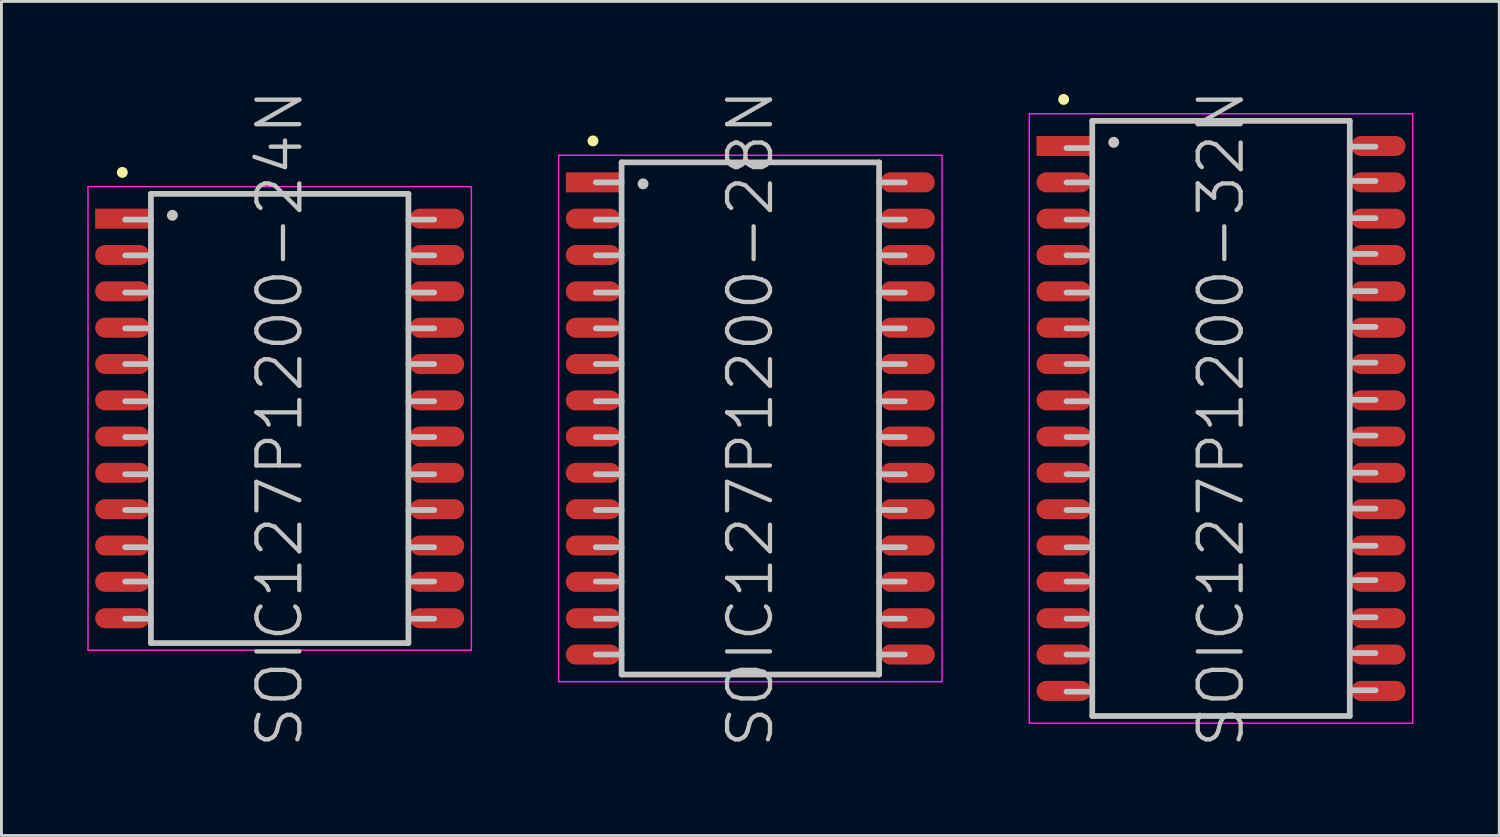
<source format=kicad_pcb>
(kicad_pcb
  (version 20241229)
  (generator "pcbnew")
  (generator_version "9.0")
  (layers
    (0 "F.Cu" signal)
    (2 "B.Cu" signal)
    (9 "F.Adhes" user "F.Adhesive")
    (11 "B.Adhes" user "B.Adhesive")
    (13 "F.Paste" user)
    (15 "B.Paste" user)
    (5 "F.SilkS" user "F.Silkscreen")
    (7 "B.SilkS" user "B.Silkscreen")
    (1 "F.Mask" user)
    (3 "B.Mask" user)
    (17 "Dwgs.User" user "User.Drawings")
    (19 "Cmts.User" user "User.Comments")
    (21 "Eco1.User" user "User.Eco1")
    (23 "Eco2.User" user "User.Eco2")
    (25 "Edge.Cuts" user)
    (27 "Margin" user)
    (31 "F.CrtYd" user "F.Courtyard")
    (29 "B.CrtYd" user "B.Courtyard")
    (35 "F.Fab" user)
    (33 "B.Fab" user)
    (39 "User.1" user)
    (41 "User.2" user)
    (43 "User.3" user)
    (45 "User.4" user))
  (footprint "SOIC127P1200-28N"
    (layer "F.Cu")
    (at 23.175 11.575)
    (property "Reference" "SOIC127P1200-28N" (at 0 0 90) (layer "Dwgs.User") (effects (font (size 1.5 1.5) (thickness 0.15))))
    (attr smd)
    (fp_line (start -5.5 -9.7) (end -5.5 -9.7) (stroke (width 0.381) (type solid)) (layer "F.SilkS"))
    (fp_line (start -4.5 -8.95) (end -4.5 8.95) (stroke (width 0.2) (type solid)) (layer "Dwgs.User"))
    (fp_line (start -4.5 -8.95) (end 4.5 -8.95) (stroke (width 0.2) (type solid)) (layer "Dwgs.User"))
    (fp_line (start -4.5 -8.25) (end -5.4 -8.25) (stroke (width 0.2) (type solid)) (layer "Dwgs.User"))
    (fp_line (start -4.5 -6.95) (end -5.4 -6.95) (stroke (width 0.2) (type solid)) (layer "Dwgs.User"))
    (fp_line (start -4.5 -5.7) (end -5.4 -5.7) (stroke (width 0.2) (type solid)) (layer "Dwgs.User"))
    (fp_line (start -4.5 -4.4) (end -5.4 -4.4) (stroke (width 0.2) (type solid)) (layer "Dwgs.User"))
    (fp_line (start -4.5 -3.15) (end -5.4 -3.15) (stroke (width 0.2) (type solid)) (layer "Dwgs.User"))
    (fp_line (start -4.5 -1.9) (end -5.4 -1.9) (stroke (width 0.2) (type solid)) (layer "Dwgs.User"))
    (fp_line (start -4.5 -0.6) (end -5.4 -0.6) (stroke (width 0.2) (type solid)) (layer "Dwgs.User"))
    (fp_line (start -4.5 0.65) (end -5.4 0.65) (stroke (width 0.2) (type solid)) (layer "Dwgs.User"))
    (fp_line (start -4.5 1.95) (end -5.4 1.95) (stroke (width 0.2) (type solid)) (layer "Dwgs.User"))
    (fp_line (start -4.5 3.2) (end -5.4 3.2) (stroke (width 0.2) (type solid)) (layer "Dwgs.User"))
    (fp_line (start -4.5 4.5) (end -5.4 4.5) (stroke (width 0.2) (type solid)) (layer "Dwgs.User"))
    (fp_line (start -4.5 5.7) (end -5.4 5.7) (stroke (width 0.2) (type solid)) (layer "Dwgs.User"))
    (fp_line (start -4.5 7) (end -5.4 7) (stroke (width 0.2) (type solid)) (layer "Dwgs.User"))
    (fp_line (start -4.5 8.25) (end -5.4 8.25) (stroke (width 0.2) (type solid)) (layer "Dwgs.User"))
    (fp_line (start -4.5 8.95) (end 4.5 8.95) (stroke (width 0.2) (type solid)) (layer "Dwgs.User"))
    (fp_line (start -3.75 -8.2) (end -3.75 -8.2) (stroke (width 0.381) (type solid)) (layer "Dwgs.User"))
    (fp_line (start 4.5 -8.95) (end 4.5 8.95) (stroke (width 0.2) (type solid)) (layer "Dwgs.User"))
    (fp_line (start 5.4 -8.25) (end 4.5 -8.25) (stroke (width 0.2) (type solid)) (layer "Dwgs.User"))
    (fp_line (start 5.4 -6.95) (end 4.5 -6.95) (stroke (width 0.2) (type solid)) (layer "Dwgs.User"))
    (fp_line (start 5.4 -5.7) (end 4.5 -5.7) (stroke (width 0.2) (type solid)) (layer "Dwgs.User"))
    (fp_line (start 5.4 -4.4) (end 4.5 -4.4) (stroke (width 0.2) (type solid)) (layer "Dwgs.User"))
    (fp_line (start 5.4 -3.15) (end 4.5 -3.15) (stroke (width 0.2) (type solid)) (layer "Dwgs.User"))
    (fp_line (start 5.4 -1.9) (end 4.5 -1.9) (stroke (width 0.2) (type solid)) (layer "Dwgs.User"))
    (fp_line (start 5.4 -0.6) (end 4.5 -0.6) (stroke (width 0.2) (type solid)) (layer "Dwgs.User"))
    (fp_line (start 5.4 0.65) (end 4.5 0.65) (stroke (width 0.2) (type solid)) (layer "Dwgs.User"))
    (fp_line (start 5.4 1.95) (end 4.5 1.95) (stroke (width 0.2) (type solid)) (layer "Dwgs.User"))
    (fp_line (start 5.4 3.2) (end 4.5 3.2) (stroke (width 0.2) (type solid)) (layer "Dwgs.User"))
    (fp_line (start 5.4 4.5) (end 4.5 4.5) (stroke (width 0.2) (type solid)) (layer "Dwgs.User"))
    (fp_line (start 5.4 5.7) (end 4.5 5.7) (stroke (width 0.2) (type solid)) (layer "Dwgs.User"))
    (fp_line (start 5.4 7) (end 4.5 7) (stroke (width 0.2) (type solid)) (layer "Dwgs.User"))
    (fp_line (start 5.4 8.25) (end 4.5 8.25) (stroke (width 0.2) (type solid)) (layer "Dwgs.User"))
    (fp_line (start -6.7 -9.2) (end -6.7 9.2) (stroke (width 0.05) (type solid)) (layer "F.CrtYd"))
    (fp_line (start -6.7 -9.2) (end 6.7 -9.2) (stroke (width 0.05) (type solid)) (layer "F.CrtYd"))
    (fp_line (start -6.7 9.2) (end 6.7 9.2) (stroke (width 0.05) (type solid)) (layer "F.CrtYd"))
    (fp_line (start 6.7 -9.2) (end 6.7 9.2) (stroke (width 0.05) (type solid)) (layer "F.CrtYd"))
    (pad "1" smd rect (at -5.499 -8.252 90) (size 0.7 1.9) (layers "F.Cu" "F.Mask" "F.Paste"))
    (pad "2" smd oval (at -5.499 -6.982 90) (size 0.7 1.9) (layers "F.Cu" "F.Mask" "F.Paste"))
    (pad "3" smd oval (at -5.499 -5.712 90) (size 0.7 1.9) (layers "F.Cu" "F.Mask" "F.Paste"))
    (pad "4" smd oval (at -5.499 -4.442 90) (size 0.7 1.9) (layers "F.Cu" "F.Mask" "F.Paste"))
    (pad "5" smd oval (at -5.499 -3.172 90) (size 0.7 1.9) (layers "F.Cu" "F.Mask" "F.Paste"))
    (pad "6" smd oval (at -5.499 -1.902 90) (size 0.7 1.9) (layers "F.Cu" "F.Mask" "F.Paste"))
    (pad "7" smd oval (at -5.499 -0.632 90) (size 0.7 1.9) (layers "F.Cu" "F.Mask" "F.Paste"))
    (pad "8" smd oval (at -5.499 0.632 90) (size 0.7 1.9) (layers "F.Cu" "F.Mask" "F.Paste"))
    (pad "9" smd oval (at -5.499 1.902 90) (size 0.7 1.9) (layers "F.Cu" "F.Mask" "F.Paste"))
    (pad "10" smd oval (at -5.499 3.172 90) (size 0.7 1.9) (layers "F.Cu" "F.Mask" "F.Paste"))
    (pad "11" smd oval (at -5.499 4.442 90) (size 0.7 1.9) (layers "F.Cu" "F.Mask" "F.Paste"))
    (pad "12" smd oval (at -5.499 5.712 90) (size 0.7 1.9) (layers "F.Cu" "F.Mask" "F.Paste"))
    (pad "13" smd oval (at -5.499 6.982 90) (size 0.7 1.9) (layers "F.Cu" "F.Mask" "F.Paste"))
    (pad "14" smd oval (at -5.499 8.252 90) (size 0.7 1.9) (layers "F.Cu" "F.Mask" "F.Paste"))
    (pad "15" smd oval (at 5.499 8.252 270) (size 0.7 1.9) (layers "F.Cu" "F.Mask" "F.Paste"))
    (pad "16" smd oval (at 5.499 6.982 270) (size 0.7 1.9) (layers "F.Cu" "F.Mask" "F.Paste"))
    (pad "17" smd oval (at 5.499 5.712 270) (size 0.7 1.9) (layers "F.Cu" "F.Mask" "F.Paste"))
    (pad "18" smd oval (at 5.499 4.442 270) (size 0.7 1.9) (layers "F.Cu" "F.Mask" "F.Paste"))
    (pad "19" smd oval (at 5.499 3.172 270) (size 0.7 1.9) (layers "F.Cu" "F.Mask" "F.Paste"))
    (pad "20" smd oval (at 5.499 1.902 270) (size 0.7 1.9) (layers "F.Cu" "F.Mask" "F.Paste"))
    (pad "21" smd oval (at 5.499 0.632 270) (size 0.7 1.9) (layers "F.Cu" "F.Mask" "F.Paste"))
    (pad "22" smd oval (at 5.499 -0.632 270) (size 0.7 1.9) (layers "F.Cu" "F.Mask" "F.Paste"))
    (pad "23" smd oval (at 5.499 -1.902 270) (size 0.7 1.9) (layers "F.Cu" "F.Mask" "F.Paste"))
    (pad "24" smd oval (at 5.499 -3.172 270) (size 0.7 1.9) (layers "F.Cu" "F.Mask" "F.Paste"))
    (pad "25" smd oval (at 5.499 -4.442 270) (size 0.7 1.9) (layers "F.Cu" "F.Mask" "F.Paste"))
    (pad "26" smd oval (at 5.499 -5.712 270) (size 0.7 1.9) (layers "F.Cu" "F.Mask" "F.Paste"))
    (pad "27" smd oval (at 5.499 -6.982 270) (size 0.7 1.9) (layers "F.Cu" "F.Mask" "F.Paste"))
    (pad "28" smd oval (at 5.499 -8.252 270) (size 0.7 1.9) (layers "F.Cu" "F.Mask" "F.Paste")))
  (footprint "SOIC127P1200-32N"
    (layer "F.Cu")
    (at 39.625 11.575)
    (property "Reference" "SOIC127P1200-32N" (at 0 0 90) (layer "Dwgs.User") (effects (font (size 1.5 1.5) (thickness 0.15))))
    (attr smd)
    (fp_line (start -5.5 -11.15) (end -5.5 -11.15) (stroke (width 0.381) (type solid)) (layer "F.SilkS"))
    (fp_line (start -4.5 -10.4) (end -4.5 10.4) (stroke (width 0.2) (type solid)) (layer "Dwgs.User"))
    (fp_line (start -4.5 -10.4) (end 4.5 -10.4) (stroke (width 0.2) (type solid)) (layer "Dwgs.User"))
    (fp_line (start -4.5 -9.45) (end -5.4 -9.45) (stroke (width 0.2) (type solid)) (layer "Dwgs.User"))
    (fp_line (start -4.5 -8.25) (end -5.4 -8.25) (stroke (width 0.2) (type solid)) (layer "Dwgs.User"))
    (fp_line (start -4.5 -6.95) (end -5.4 -6.95) (stroke (width 0.2) (type solid)) (layer "Dwgs.User"))
    (fp_line (start -4.5 -5.7) (end -5.4 -5.7) (stroke (width 0.2) (type solid)) (layer "Dwgs.User"))
    (fp_line (start -4.5 -4.4) (end -5.4 -4.4) (stroke (width 0.2) (type solid)) (layer "Dwgs.User"))
    (fp_line (start -4.5 -3.15) (end -5.4 -3.15) (stroke (width 0.2) (type solid)) (layer "Dwgs.User"))
    (fp_line (start -4.5 -1.9) (end -5.4 -1.9) (stroke (width 0.2) (type solid)) (layer "Dwgs.User"))
    (fp_line (start -4.5 -0.6) (end -5.4 -0.6) (stroke (width 0.2) (type solid)) (layer "Dwgs.User"))
    (fp_line (start -4.5 0.65) (end -5.4 0.65) (stroke (width 0.2) (type solid)) (layer "Dwgs.User"))
    (fp_line (start -4.5 1.95) (end -5.4 1.95) (stroke (width 0.2) (type solid)) (layer "Dwgs.User"))
    (fp_line (start -4.5 3.2) (end -5.4 3.2) (stroke (width 0.2) (type solid)) (layer "Dwgs.User"))
    (fp_line (start -4.5 4.5) (end -5.4 4.5) (stroke (width 0.2) (type solid)) (layer "Dwgs.User"))
    (fp_line (start -4.5 5.7) (end -5.4 5.7) (stroke (width 0.2) (type solid)) (layer "Dwgs.User"))
    (fp_line (start -4.5 7) (end -5.4 7) (stroke (width 0.2) (type solid)) (layer "Dwgs.User"))
    (fp_line (start -4.5 8.25) (end -5.4 8.25) (stroke (width 0.2) (type solid)) (layer "Dwgs.User"))
    (fp_line (start -4.5 9.55) (end -5.4 9.55) (stroke (width 0.2) (type solid)) (layer "Dwgs.User"))
    (fp_line (start -4.5 10.4) (end 4.5 10.4) (stroke (width 0.2) (type solid)) (layer "Dwgs.User"))
    (fp_line (start -3.75 -9.65) (end -3.75 -9.65) (stroke (width 0.381) (type solid)) (layer "Dwgs.User"))
    (fp_line (start 4.5 -10.4) (end 4.5 10.4) (stroke (width 0.2) (type solid)) (layer "Dwgs.User"))
    (fp_line (start 5.4 -9.5) (end 4.5 -9.5) (stroke (width 0.2) (type solid)) (layer "Dwgs.User"))
    (fp_line (start 5.4 -8.3) (end 4.5 -8.3) (stroke (width 0.2) (type solid)) (layer "Dwgs.User"))
    (fp_line (start 5.4 -7) (end 4.5 -7) (stroke (width 0.2) (type solid)) (layer "Dwgs.User"))
    (fp_line (start 5.4 -5.75) (end 4.5 -5.75) (stroke (width 0.2) (type solid)) (layer "Dwgs.User"))
    (fp_line (start 5.4 -4.45) (end 4.5 -4.45) (stroke (width 0.2) (type solid)) (layer "Dwgs.User"))
    (fp_line (start 5.4 -3.2) (end 4.5 -3.2) (stroke (width 0.2) (type solid)) (layer "Dwgs.User"))
    (fp_line (start 5.4 -1.95) (end 4.5 -1.95) (stroke (width 0.2) (type solid)) (layer "Dwgs.User"))
    (fp_line (start 5.4 -0.65) (end 4.5 -0.65) (stroke (width 0.2) (type solid)) (layer "Dwgs.User"))
    (fp_line (start 5.4 0.6) (end 4.5 0.6) (stroke (width 0.2) (type solid)) (layer "Dwgs.User"))
    (fp_line (start 5.4 1.9) (end 4.5 1.9) (stroke (width 0.2) (type solid)) (layer "Dwgs.User"))
    (fp_line (start 5.4 3.15) (end 4.5 3.15) (stroke (width 0.2) (type solid)) (layer "Dwgs.User"))
    (fp_line (start 5.4 4.45) (end 4.5 4.45) (stroke (width 0.2) (type solid)) (layer "Dwgs.User"))
    (fp_line (start 5.4 5.65) (end 4.5 5.65) (stroke (width 0.2) (type solid)) (layer "Dwgs.User"))
    (fp_line (start 5.4 6.95) (end 4.5 6.95) (stroke (width 0.2) (type solid)) (layer "Dwgs.User"))
    (fp_line (start 5.4 8.2) (end 4.5 8.2) (stroke (width 0.2) (type solid)) (layer "Dwgs.User"))
    (fp_line (start 5.4 9.5) (end 4.5 9.5) (stroke (width 0.2) (type solid)) (layer "Dwgs.User"))
    (fp_line (start -6.7 -10.65) (end -6.7 10.65) (stroke (width 0.05) (type solid)) (layer "F.CrtYd"))
    (fp_line (start -6.7 -10.65) (end 6.7 -10.65) (stroke (width 0.05) (type solid)) (layer "F.CrtYd"))
    (fp_line (start -6.7 10.65) (end 6.7 10.65) (stroke (width 0.05) (type solid)) (layer "F.CrtYd"))
    (fp_line (start 6.7 -10.65) (end 6.7 10.65) (stroke (width 0.05) (type solid)) (layer "F.CrtYd"))
    (pad "1" smd rect (at -5.499 -9.522 90) (size 0.7 1.9) (layers "F.Cu" "F.Mask" "F.Paste"))
    (pad "2" smd oval (at -5.499 -8.252 90) (size 0.7 1.9) (layers "F.Cu" "F.Mask" "F.Paste"))
    (pad "3" smd oval (at -5.499 -6.982 90) (size 0.7 1.9) (layers "F.Cu" "F.Mask" "F.Paste"))
    (pad "4" smd oval (at -5.499 -5.712 90) (size 0.7 1.9) (layers "F.Cu" "F.Mask" "F.Paste"))
    (pad "5" smd oval (at -5.499 -4.442 90) (size 0.7 1.9) (layers "F.Cu" "F.Mask" "F.Paste"))
    (pad "6" smd oval (at -5.499 -3.172 90) (size 0.7 1.9) (layers "F.Cu" "F.Mask" "F.Paste"))
    (pad "7" smd oval (at -5.499 -1.902 90) (size 0.7 1.9) (layers "F.Cu" "F.Mask" "F.Paste"))
    (pad "8" smd oval (at -5.499 -0.632 90) (size 0.7 1.9) (layers "F.Cu" "F.Mask" "F.Paste"))
    (pad "9" smd oval (at -5.499 0.632 90) (size 0.7 1.9) (layers "F.Cu" "F.Mask" "F.Paste"))
    (pad "10" smd oval (at -5.499 1.902 90) (size 0.7 1.9) (layers "F.Cu" "F.Mask" "F.Paste"))
    (pad "11" smd oval (at -5.499 3.172 90) (size 0.7 1.9) (layers "F.Cu" "F.Mask" "F.Paste"))
    (pad "12" smd oval (at -5.499 4.442 90) (size 0.7 1.9) (layers "F.Cu" "F.Mask" "F.Paste"))
    (pad "13" smd oval (at -5.499 5.712 90) (size 0.7 1.9) (layers "F.Cu" "F.Mask" "F.Paste"))
    (pad "14" smd oval (at -5.499 6.982 90) (size 0.7 1.9) (layers "F.Cu" "F.Mask" "F.Paste"))
    (pad "15" smd oval (at -5.499 8.252 90) (size 0.7 1.9) (layers "F.Cu" "F.Mask" "F.Paste"))
    (pad "16" smd oval (at -5.499 9.522 90) (size 0.7 1.9) (layers "F.Cu" "F.Mask" "F.Paste"))
    (pad "17" smd oval (at 5.499 9.522 270) (size 0.7 1.9) (layers "F.Cu" "F.Mask" "F.Paste"))
    (pad "18" smd oval (at 5.499 8.252 270) (size 0.7 1.9) (layers "F.Cu" "F.Mask" "F.Paste"))
    (pad "19" smd oval (at 5.499 6.982 270) (size 0.7 1.9) (layers "F.Cu" "F.Mask" "F.Paste"))
    (pad "20" smd oval (at 5.499 5.712 270) (size 0.7 1.9) (layers "F.Cu" "F.Mask" "F.Paste"))
    (pad "21" smd oval (at 5.499 4.442 270) (size 0.7 1.9) (layers "F.Cu" "F.Mask" "F.Paste"))
    (pad "22" smd oval (at 5.499 3.172 270) (size 0.7 1.9) (layers "F.Cu" "F.Mask" "F.Paste"))
    (pad "23" smd oval (at 5.499 1.902 270) (size 0.7 1.9) (layers "F.Cu" "F.Mask" "F.Paste"))
    (pad "24" smd oval (at 5.499 0.632 270) (size 0.7 1.9) (layers "F.Cu" "F.Mask" "F.Paste"))
    (pad "25" smd oval (at 5.499 -0.632 270) (size 0.7 1.9) (layers "F.Cu" "F.Mask" "F.Paste"))
    (pad "26" smd oval (at 5.499 -1.902 270) (size 0.7 1.9) (layers "F.Cu" "F.Mask" "F.Paste"))
    (pad "27" smd oval (at 5.499 -3.172 270) (size 0.7 1.9) (layers "F.Cu" "F.Mask" "F.Paste"))
    (pad "28" smd oval (at 5.499 -4.442 270) (size 0.7 1.9) (layers "F.Cu" "F.Mask" "F.Paste"))
    (pad "29" smd oval (at 5.499 -5.712 270) (size 0.7 1.9) (layers "F.Cu" "F.Mask" "F.Paste"))
    (pad "30" smd oval (at 5.499 -6.982 270) (size 0.7 1.9) (layers "F.Cu" "F.Mask" "F.Paste"))
    (pad "31" smd oval (at 5.499 -8.252 270) (size 0.7 1.9) (layers "F.Cu" "F.Mask" "F.Paste"))
    (pad "32" smd oval (at 5.499 -9.522 270) (size 0.7 1.9) (layers "F.Cu" "F.Mask" "F.Paste")))
  (footprint "SOIC127P1200-24N"
    (layer "F.Cu")
    (at 6.725 11.575)
    (property "Reference" "SOIC127P1200-24N" (at 0 0 90) (layer "Dwgs.User") (effects (font (size 1.5 1.5) (thickness 0.15))))
    (attr smd)
    (fp_line (start -5.5 -8.6) (end -5.5 -8.6) (stroke (width 0.381) (type solid)) (layer "F.SilkS"))
    (fp_line (start -4.5 -7.85) (end -4.5 7.85) (stroke (width 0.2) (type solid)) (layer "Dwgs.User"))
    (fp_line (start -4.5 -7.85) (end 4.5 -7.85) (stroke (width 0.2) (type solid)) (layer "Dwgs.User"))
    (fp_line (start -4.5 -6.95) (end -5.4 -6.95) (stroke (width 0.2) (type solid)) (layer "Dwgs.User"))
    (fp_line (start -4.5 -5.7) (end -5.4 -5.7) (stroke (width 0.2) (type solid)) (layer "Dwgs.User"))
    (fp_line (start -4.5 -4.4) (end -5.4 -4.4) (stroke (width 0.2) (type solid)) (layer "Dwgs.User"))
    (fp_line (start -4.5 -3.15) (end -5.4 -3.15) (stroke (width 0.2) (type solid)) (layer "Dwgs.User"))
    (fp_line (start -4.5 -1.9) (end -5.4 -1.9) (stroke (width 0.2) (type solid)) (layer "Dwgs.User"))
    (fp_line (start -4.5 -0.6) (end -5.4 -0.6) (stroke (width 0.2) (type solid)) (layer "Dwgs.User"))
    (fp_line (start -4.5 0.65) (end -5.4 0.65) (stroke (width 0.2) (type solid)) (layer "Dwgs.User"))
    (fp_line (start -4.5 1.95) (end -5.4 1.95) (stroke (width 0.2) (type solid)) (layer "Dwgs.User"))
    (fp_line (start -4.5 3.2) (end -5.4 3.2) (stroke (width 0.2) (type solid)) (layer "Dwgs.User"))
    (fp_line (start -4.5 4.5) (end -5.4 4.5) (stroke (width 0.2) (type solid)) (layer "Dwgs.User"))
    (fp_line (start -4.5 5.7) (end -5.4 5.7) (stroke (width 0.2) (type solid)) (layer "Dwgs.User"))
    (fp_line (start -4.5 7) (end -5.4 7) (stroke (width 0.2) (type solid)) (layer "Dwgs.User"))
    (fp_line (start -4.5 7.85) (end 4.5 7.85) (stroke (width 0.2) (type solid)) (layer "Dwgs.User"))
    (fp_line (start -3.75 -7.1) (end -3.75 -7.1) (stroke (width 0.381) (type solid)) (layer "Dwgs.User"))
    (fp_line (start 4.5 -7.85) (end 4.5 7.85) (stroke (width 0.2) (type solid)) (layer "Dwgs.User"))
    (fp_line (start 5.4 -6.95) (end 4.5 -6.95) (stroke (width 0.2) (type solid)) (layer "Dwgs.User"))
    (fp_line (start 5.4 -5.7) (end 4.5 -5.7) (stroke (width 0.2) (type solid)) (layer "Dwgs.User"))
    (fp_line (start 5.4 -4.4) (end 4.5 -4.4) (stroke (width 0.2) (type solid)) (layer "Dwgs.User"))
    (fp_line (start 5.4 -3.15) (end 4.5 -3.15) (stroke (width 0.2) (type solid)) (layer "Dwgs.User"))
    (fp_line (start 5.4 -1.9) (end 4.5 -1.9) (stroke (width 0.2) (type solid)) (layer "Dwgs.User"))
    (fp_line (start 5.4 -0.6) (end 4.5 -0.6) (stroke (width 0.2) (type solid)) (layer "Dwgs.User"))
    (fp_line (start 5.4 0.65) (end 4.5 0.65) (stroke (width 0.2) (type solid)) (layer "Dwgs.User"))
    (fp_line (start 5.4 1.95) (end 4.5 1.95) (stroke (width 0.2) (type solid)) (layer "Dwgs.User"))
    (fp_line (start 5.4 3.2) (end 4.5 3.2) (stroke (width 0.2) (type solid)) (layer "Dwgs.User"))
    (fp_line (start 5.4 4.5) (end 4.5 4.5) (stroke (width 0.2) (type solid)) (layer "Dwgs.User"))
    (fp_line (start 5.4 5.7) (end 4.5 5.7) (stroke (width 0.2) (type solid)) (layer "Dwgs.User"))
    (fp_line (start 5.4 7) (end 4.5 7) (stroke (width 0.2) (type solid)) (layer "Dwgs.User"))
    (fp_line (start -6.7 -8.1) (end -6.7 8.1) (stroke (width 0.05) (type solid)) (layer "F.CrtYd"))
    (fp_line (start -6.7 -8.1) (end 6.7 -8.1) (stroke (width 0.05) (type solid)) (layer "F.CrtYd"))
    (fp_line (start -6.7 8.1) (end 6.7 8.1) (stroke (width 0.05) (type solid)) (layer "F.CrtYd"))
    (fp_line (start 6.7 -8.1) (end 6.7 8.1) (stroke (width 0.05) (type solid)) (layer "F.CrtYd"))
    (pad "1" smd rect (at -5.499 -6.982 90) (size 0.7 1.9) (layers "F.Cu" "F.Mask" "F.Paste"))
    (pad "2" smd oval (at -5.499 -5.712 90) (size 0.7 1.9) (layers "F.Cu" "F.Mask" "F.Paste"))
    (pad "3" smd oval (at -5.499 -4.442 90) (size 0.7 1.9) (layers "F.Cu" "F.Mask" "F.Paste"))
    (pad "4" smd oval (at -5.499 -3.172 90) (size 0.7 1.9) (layers "F.Cu" "F.Mask" "F.Paste"))
    (pad "5" smd oval (at -5.499 -1.902 90) (size 0.7 1.9) (layers "F.Cu" "F.Mask" "F.Paste"))
    (pad "6" smd oval (at -5.499 -0.632 90) (size 0.7 1.9) (layers "F.Cu" "F.Mask" "F.Paste"))
    (pad "7" smd oval (at -5.499 0.632 90) (size 0.7 1.9) (layers "F.Cu" "F.Mask" "F.Paste"))
    (pad "8" smd oval (at -5.499 1.902 90) (size 0.7 1.9) (layers "F.Cu" "F.Mask" "F.Paste"))
    (pad "9" smd oval (at -5.499 3.172 90) (size 0.7 1.9) (layers "F.Cu" "F.Mask" "F.Paste"))
    (pad "10" smd oval (at -5.499 4.442 90) (size 0.7 1.9) (layers "F.Cu" "F.Mask" "F.Paste"))
    (pad "11" smd oval (at -5.499 5.712 90) (size 0.7 1.9) (layers "F.Cu" "F.Mask" "F.Paste"))
    (pad "12" smd oval (at -5.499 6.982 90) (size 0.7 1.9) (layers "F.Cu" "F.Mask" "F.Paste"))
    (pad "13" smd oval (at 5.499 6.982 270) (size 0.7 1.9) (layers "F.Cu" "F.Mask" "F.Paste"))
    (pad "14" smd oval (at 5.499 5.712 270) (size 0.7 1.9) (layers "F.Cu" "F.Mask" "F.Paste"))
    (pad "15" smd oval (at 5.499 4.442 270) (size 0.7 1.9) (layers "F.Cu" "F.Mask" "F.Paste"))
    (pad "16" smd oval (at 5.499 3.172 270) (size 0.7 1.9) (layers "F.Cu" "F.Mask" "F.Paste"))
    (pad "17" smd oval (at 5.499 1.902 270) (size 0.7 1.9) (layers "F.Cu" "F.Mask" "F.Paste"))
    (pad "18" smd oval (at 5.499 0.632 270) (size 0.7 1.9) (layers "F.Cu" "F.Mask" "F.Paste"))
    (pad "19" smd oval (at 5.499 -0.632 270) (size 0.7 1.9) (layers "F.Cu" "F.Mask" "F.Paste"))
    (pad "20" smd oval (at 5.499 -1.902 270) (size 0.7 1.9) (layers "F.Cu" "F.Mask" "F.Paste"))
    (pad "21" smd oval (at 5.499 -3.172 270) (size 0.7 1.9) (layers "F.Cu" "F.Mask" "F.Paste"))
    (pad "22" smd oval (at 5.499 -4.442 270) (size 0.7 1.9) (layers "F.Cu" "F.Mask" "F.Paste"))
    (pad "23" smd oval (at 5.499 -5.712 270) (size 0.7 1.9) (layers "F.Cu" "F.Mask" "F.Paste"))
    (pad "24" smd oval (at 5.499 -6.982 270) (size 0.7 1.9) (layers "F.Cu" "F.Mask" "F.Paste")))
  (gr_rect
    (start -3 -3)
    (end 49.35 26.15)
    (stroke (width 0.1) (type default))
    (fill no)
    (layer "Edge.Cuts")))
</source>
